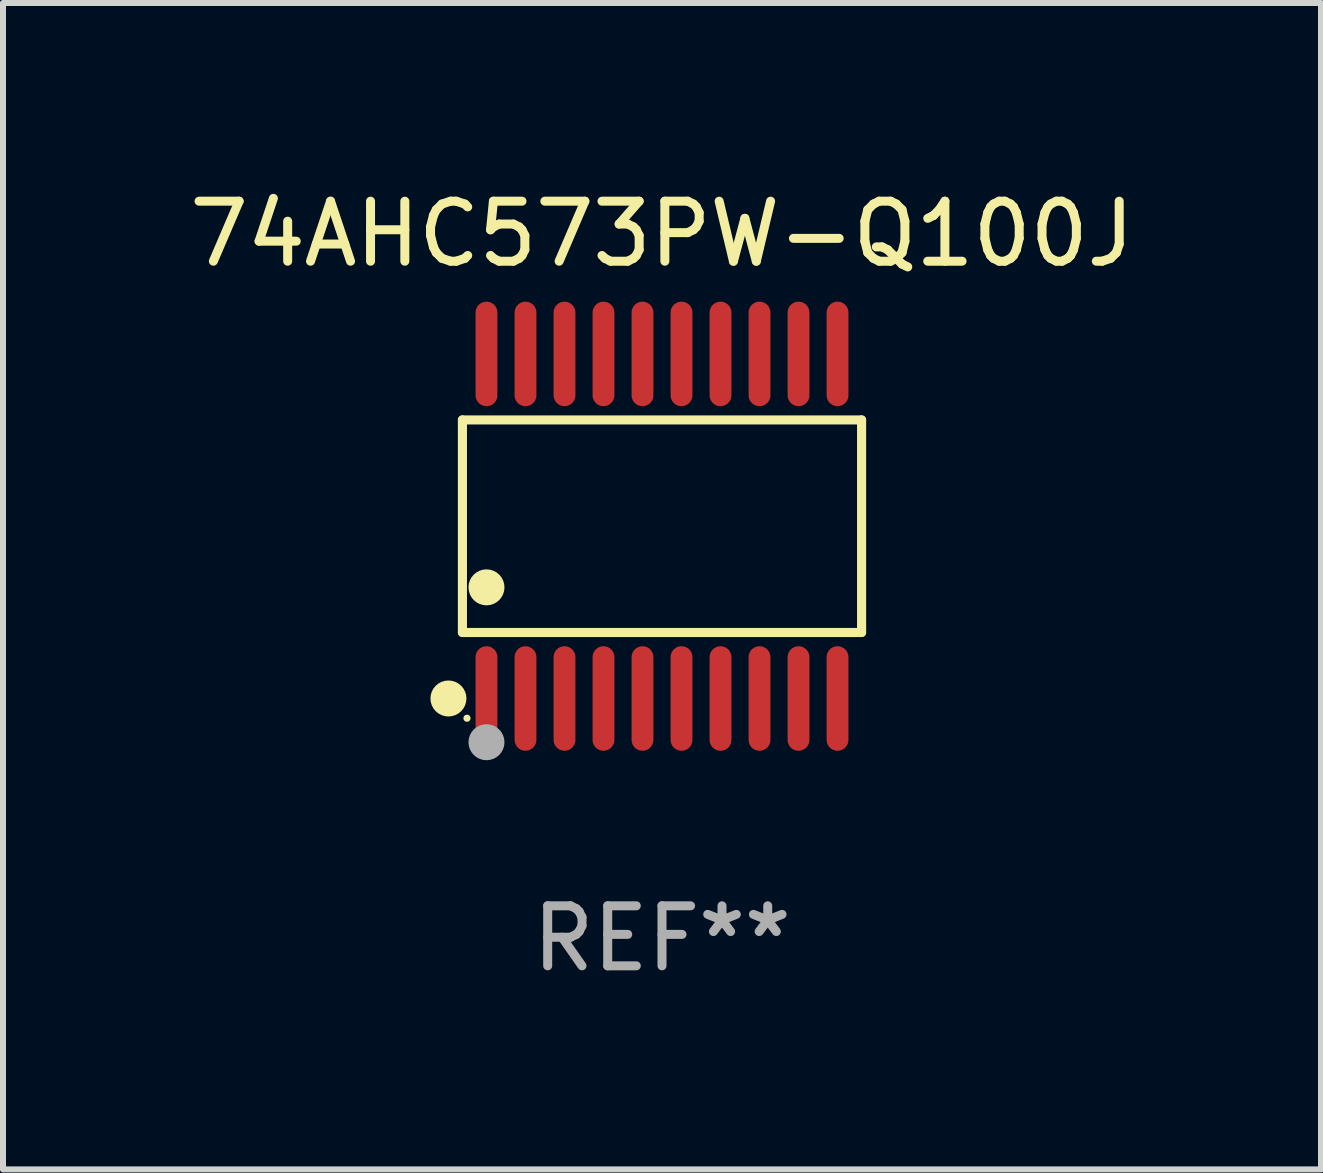
<source format=kicad_pcb>
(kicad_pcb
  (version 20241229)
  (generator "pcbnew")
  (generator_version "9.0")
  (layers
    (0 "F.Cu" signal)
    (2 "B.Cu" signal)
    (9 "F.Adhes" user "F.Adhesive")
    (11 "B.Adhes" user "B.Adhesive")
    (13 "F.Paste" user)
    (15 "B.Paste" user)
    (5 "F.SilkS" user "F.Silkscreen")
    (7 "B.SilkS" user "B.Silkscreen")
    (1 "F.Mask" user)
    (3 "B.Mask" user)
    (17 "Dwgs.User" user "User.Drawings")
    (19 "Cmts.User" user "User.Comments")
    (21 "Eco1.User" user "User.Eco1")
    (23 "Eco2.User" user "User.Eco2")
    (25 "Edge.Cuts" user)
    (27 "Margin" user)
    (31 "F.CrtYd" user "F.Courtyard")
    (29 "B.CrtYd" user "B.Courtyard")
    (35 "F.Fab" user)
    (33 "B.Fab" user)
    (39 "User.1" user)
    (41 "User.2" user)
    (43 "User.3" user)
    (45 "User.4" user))
  (footprint "74AHC573PW-Q100J"
    (layer "F.Cu")
    (at 7.982 5.719)
    (property "Reference" "74AHC573PW-Q100J" (at 0 -4.871 0) (layer "F.SilkS") (effects (font (size 1 1) (thickness 0.15))))
    (attr through_hole)
    (fp_line (start -3.326 -1.771) (end 3.326 -1.771) (stroke (width 0.152) (type solid)) (layer "F.SilkS"))
    (fp_line (start -3.326 1.771) (end -3.326 -1.771) (stroke (width 0.152) (type solid)) (layer "F.SilkS"))
    (fp_line (start 3.326 -1.771) (end 3.326 1.771) (stroke (width 0.152) (type solid)) (layer "F.SilkS"))
    (fp_line (start 3.326 1.771) (end -3.326 1.771) (stroke (width 0.152) (type solid)) (layer "F.SilkS"))
    (fp_circle (center -3.559 2.871) (end -3.409 2.871) (stroke (width 0.3) (type solid)) (fill no) (layer "F.SilkS"))
    (fp_circle (center -3.25 3.2) (end -3.22 3.2) (stroke (width 0.06) (type solid)) (fill no) (layer "F.SilkS"))
    (fp_circle (center -2.925 1.019) (end -2.775 1.019) (stroke (width 0.3) (type solid)) (fill no) (layer "F.SilkS"))
    (fp_circle (center -2.925 3.6) (end -2.775 3.6) (stroke (width 0.3) (type solid)) (fill no) (layer "F.Fab"))
    (fp_text user "REF**" (at 0 6.871 0) (layer "F.Fab") (effects (font (size 1 1) (thickness 0.15))))
    (pad "1" smd oval (at -2.925 2.871) (size 0.364 1.742) (layers "F.Cu" "F.Mask" "F.Paste"))
    (pad "2" smd oval (at -2.275 2.871) (size 0.364 1.742) (layers "F.Cu" "F.Mask" "F.Paste"))
    (pad "3" smd oval (at -1.625 2.871) (size 0.364 1.742) (layers "F.Cu" "F.Mask" "F.Paste"))
    (pad "4" smd oval (at -0.975 2.871) (size 0.364 1.742) (layers "F.Cu" "F.Mask" "F.Paste"))
    (pad "5" smd oval (at -0.325 2.871) (size 0.364 1.742) (layers "F.Cu" "F.Mask" "F.Paste"))
    (pad "6" smd oval (at 0.325 2.871) (size 0.364 1.742) (layers "F.Cu" "F.Mask" "F.Paste"))
    (pad "7" smd oval (at 0.975 2.871) (size 0.364 1.742) (layers "F.Cu" "F.Mask" "F.Paste"))
    (pad "8" smd oval (at 1.625 2.871) (size 0.364 1.742) (layers "F.Cu" "F.Mask" "F.Paste"))
    (pad "9" smd oval (at 2.275 2.871) (size 0.364 1.742) (layers "F.Cu" "F.Mask" "F.Paste"))
    (pad "10" smd oval (at 2.925 2.871) (size 0.364 1.742) (layers "F.Cu" "F.Mask" "F.Paste"))
    (pad "11" smd oval (at 2.925 -2.871) (size 0.364 1.742) (layers "F.Cu" "F.Mask" "F.Paste"))
    (pad "12" smd oval (at 2.275 -2.871) (size 0.364 1.742) (layers "F.Cu" "F.Mask" "F.Paste"))
    (pad "13" smd oval (at 1.625 -2.871) (size 0.364 1.742) (layers "F.Cu" "F.Mask" "F.Paste"))
    (pad "14" smd oval (at 0.975 -2.871) (size 0.364 1.742) (layers "F.Cu" "F.Mask" "F.Paste"))
    (pad "15" smd oval (at 0.325 -2.871) (size 0.364 1.742) (layers "F.Cu" "F.Mask" "F.Paste"))
    (pad "16" smd oval (at -0.325 -2.871) (size 0.364 1.742) (layers "F.Cu" "F.Mask" "F.Paste"))
    (pad "17" smd oval (at -0.975 -2.871) (size 0.364 1.742) (layers "F.Cu" "F.Mask" "F.Paste"))
    (pad "18" smd oval (at -1.625 -2.871) (size 0.364 1.742) (layers "F.Cu" "F.Mask" "F.Paste"))
    (pad "19" smd oval (at -2.275 -2.871) (size 0.364 1.742) (layers "F.Cu" "F.Mask" "F.Paste"))
    (pad "20" smd oval (at -2.925 -2.871) (size 0.364 1.742) (layers "F.Cu" "F.Mask" "F.Paste")))
  (gr_rect
    (start -3 -3)
    (end 18.964 16.438)
    (stroke (width 0.1) (type default))
    (fill no)
    (layer "Edge.Cuts")))
</source>
